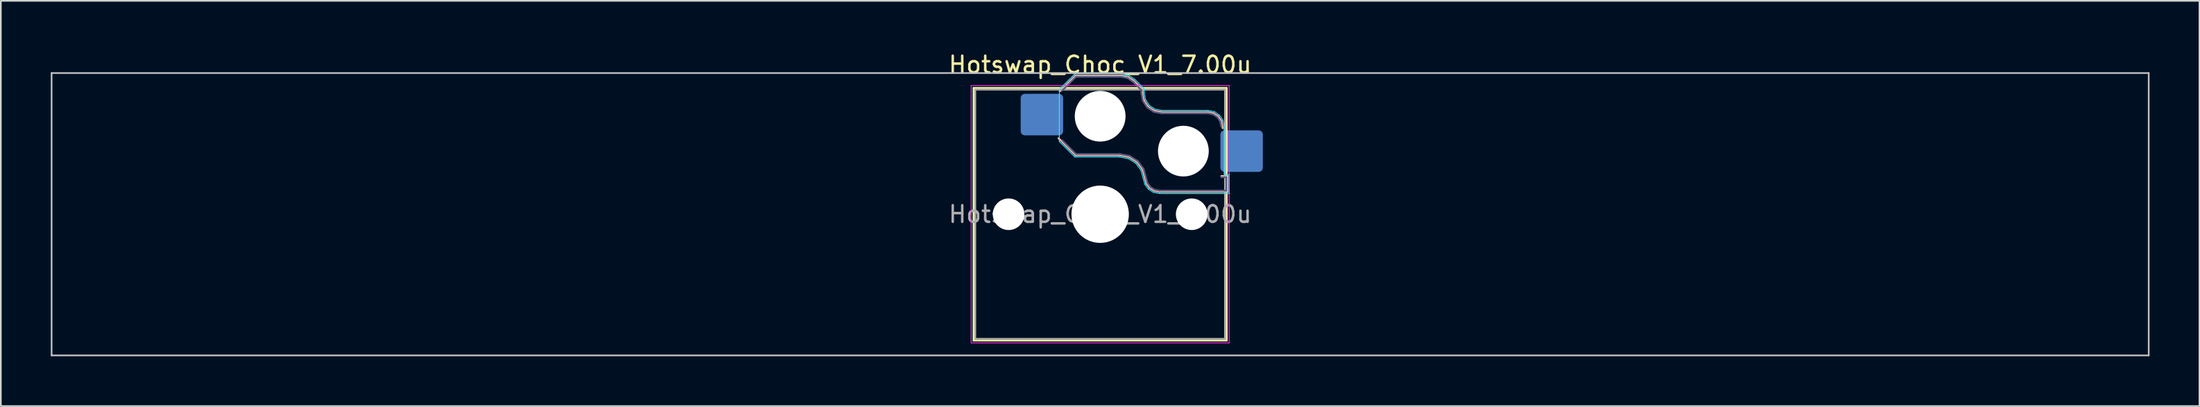
<source format=kicad_pcb>
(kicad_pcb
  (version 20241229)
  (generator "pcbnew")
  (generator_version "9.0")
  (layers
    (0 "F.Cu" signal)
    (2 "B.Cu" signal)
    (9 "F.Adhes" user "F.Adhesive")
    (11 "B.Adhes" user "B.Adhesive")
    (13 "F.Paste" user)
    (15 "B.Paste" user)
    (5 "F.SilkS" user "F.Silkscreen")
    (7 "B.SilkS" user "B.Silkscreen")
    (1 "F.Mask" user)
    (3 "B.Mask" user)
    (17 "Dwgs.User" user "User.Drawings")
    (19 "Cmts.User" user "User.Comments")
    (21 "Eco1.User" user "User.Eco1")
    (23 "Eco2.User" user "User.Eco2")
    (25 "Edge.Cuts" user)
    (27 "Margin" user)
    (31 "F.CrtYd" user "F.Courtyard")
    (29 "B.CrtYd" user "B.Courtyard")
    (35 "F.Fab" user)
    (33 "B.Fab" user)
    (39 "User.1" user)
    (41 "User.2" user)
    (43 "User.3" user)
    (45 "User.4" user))
  (footprint "Hotswap_Choc_V1_7.00u"
    (layer "F.Cu")
    (at 63.05 9.848)
    (property "Reference" "Hotswap_Choc_V1_7.00u" (at 0 -9 0) (layer "F.SilkS") (effects (font (size 1 1) (thickness 0.15))))
    (attr smd)
    (fp_line (start -7.6 -7.6) (end -7.6 7.6) (stroke (width 0.12) (type solid)) (layer "F.SilkS"))
    (fp_line (start -7.6 7.6) (end 7.6 7.6) (stroke (width 0.12) (type solid)) (layer "F.SilkS"))
    (fp_line (start 7.6 -7.6) (end -7.6 -7.6) (stroke (width 0.12) (type solid)) (layer "F.SilkS"))
    (fp_line (start 7.6 7.6) (end 7.6 -7.6) (stroke (width 0.12) (type solid)) (layer "F.SilkS"))
    (fp_line (start -2.416 -7.409) (end -1.479 -8.346) (stroke (width 0.12) (type solid)) (layer "B.SilkS"))
    (fp_line (start -1.479 -8.346) (end 1.268 -8.346) (stroke (width 0.12) (type solid)) (layer "B.SilkS"))
    (fp_line (start -1.479 -3.554) (end -2.5 -4.575) (stroke (width 0.12) (type solid)) (layer "B.SilkS"))
    (fp_line (start 1.168 -3.554) (end -1.479 -3.554) (stroke (width 0.12) (type solid)) (layer "B.SilkS"))
    (fp_line (start 1.268 -8.346) (end 1.671 -8.266) (stroke (width 0.12) (type solid)) (layer "B.SilkS"))
    (fp_line (start 1.671 -8.266) (end 2.013 -8.037) (stroke (width 0.12) (type solid)) (layer "B.SilkS"))
    (fp_line (start 1.73 -3.449) (end 1.168 -3.554) (stroke (width 0.12) (type solid)) (layer "B.SilkS"))
    (fp_line (start 2.013 -8.037) (end 2.546 -7.504) (stroke (width 0.12) (type solid)) (layer "B.SilkS"))
    (fp_line (start 2.209 -3.15) (end 1.73 -3.449) (stroke (width 0.12) (type solid)) (layer "B.SilkS"))
    (fp_line (start 2.546 -7.504) (end 2.546 -7.282) (stroke (width 0.12) (type solid)) (layer "B.SilkS"))
    (fp_line (start 2.546 -7.282) (end 2.633 -6.844) (stroke (width 0.12) (type solid)) (layer "B.SilkS"))
    (fp_line (start 2.547 -2.697) (end 2.209 -3.15) (stroke (width 0.12) (type solid)) (layer "B.SilkS"))
    (fp_line (start 2.633 -6.844) (end 2.877 -6.477) (stroke (width 0.12) (type solid)) (layer "B.SilkS"))
    (fp_line (start 2.701 -2.139) (end 2.547 -2.697) (stroke (width 0.12) (type solid)) (layer "B.SilkS"))
    (fp_line (start 2.783 -1.841) (end 2.701 -2.139) (stroke (width 0.12) (type solid)) (layer "B.SilkS"))
    (fp_line (start 2.877 -6.477) (end 3.244 -6.233) (stroke (width 0.12) (type solid)) (layer "B.SilkS"))
    (fp_line (start 2.976 -1.583) (end 2.783 -1.841) (stroke (width 0.12) (type solid)) (layer "B.SilkS"))
    (fp_line (start 3.244 -6.233) (end 3.682 -6.146) (stroke (width 0.12) (type solid)) (layer "B.SilkS"))
    (fp_line (start 3.25 -1.413) (end 2.976 -1.583) (stroke (width 0.12) (type solid)) (layer "B.SilkS"))
    (fp_line (start 3.56 -1.354) (end 3.25 -1.413) (stroke (width 0.12) (type solid)) (layer "B.SilkS"))
    (fp_line (start 3.682 -6.146) (end 6.482 -6.146) (stroke (width 0.12) (type solid)) (layer "B.SilkS"))
    (fp_line (start 6.482 -6.146) (end 6.809 -6.081) (stroke (width 0.12) (type solid)) (layer "B.SilkS"))
    (fp_line (start 6.809 -6.081) (end 7.092 -5.892) (stroke (width 0.12) (type solid)) (layer "B.SilkS"))
    (fp_line (start 7.092 -5.892) (end 7.281 -5.609) (stroke (width 0.12) (type solid)) (layer "B.SilkS"))
    (fp_line (start 7.281 -5.609) (end 7.366 -5.182) (stroke (width 0.12) (type solid)) (layer "B.SilkS"))
    (fp_line (start 7.283 -2.296) (end 7.646 -2.296) (stroke (width 0.12) (type solid)) (layer "B.SilkS"))
    (fp_line (start 7.646 -2.296) (end 7.646 -1.354) (stroke (width 0.12) (type solid)) (layer "B.SilkS"))
    (fp_line (start 7.646 -1.354) (end 3.56 -1.354) (stroke (width 0.12) (type solid)) (layer "B.SilkS"))
    (fp_line (start -63 -8.5) (end -63 8.5) (stroke (width 0.1) (type solid)) (layer "Dwgs.User"))
    (fp_line (start -63 8.5) (end 63 8.5) (stroke (width 0.1) (type solid)) (layer "Dwgs.User"))
    (fp_line (start 63 -8.5) (end -63 -8.5) (stroke (width 0.1) (type solid)) (layer "Dwgs.User"))
    (fp_line (start 63 8.5) (end 63 -8.5) (stroke (width 0.1) (type solid)) (layer "Dwgs.User"))
    (fp_line (start -7.25 -7.25) (end -7.25 7.25) (stroke (width 0.1) (type solid)) (layer "Eco1.User"))
    (fp_line (start -7.25 7.25) (end 7.25 7.25) (stroke (width 0.1) (type solid)) (layer "Eco1.User"))
    (fp_line (start 7.25 -7.25) (end -7.25 -7.25) (stroke (width 0.1) (type solid)) (layer "Eco1.User"))
    (fp_line (start 7.25 7.25) (end 7.25 -7.25) (stroke (width 0.1) (type solid)) (layer "Eco1.User"))
    (fp_line (start -2.452 -7.523) (end -1.523 -8.452) (stroke (width 0.05) (type solid)) (layer "B.CrtYd"))
    (fp_line (start -2.452 -4.377) (end -2.452 -7.523) (stroke (width 0.05) (type solid)) (layer "B.CrtYd"))
    (fp_line (start -1.523 -8.452) (end 1.278 -8.452) (stroke (width 0.05) (type solid)) (layer "B.CrtYd"))
    (fp_line (start -1.523 -3.448) (end -2.452 -4.377) (stroke (width 0.05) (type solid)) (layer "B.CrtYd"))
    (fp_line (start 1.159 -3.448) (end -1.523 -3.448) (stroke (width 0.05) (type solid)) (layer "B.CrtYd"))
    (fp_line (start 1.278 -8.452) (end 1.712 -8.366) (stroke (width 0.05) (type solid)) (layer "B.CrtYd"))
    (fp_line (start 1.691 -3.348) (end 1.159 -3.448) (stroke (width 0.05) (type solid)) (layer "B.CrtYd"))
    (fp_line (start 1.712 -8.366) (end 2.081 -8.119) (stroke (width 0.05) (type solid)) (layer "B.CrtYd"))
    (fp_line (start 2.081 -8.119) (end 2.652 -7.548) (stroke (width 0.05) (type solid)) (layer "B.CrtYd"))
    (fp_line (start 2.136 -3.071) (end 1.691 -3.348) (stroke (width 0.05) (type solid)) (layer "B.CrtYd"))
    (fp_line (start 2.45 -2.65) (end 2.136 -3.071) (stroke (width 0.05) (type solid)) (layer "B.CrtYd"))
    (fp_line (start 2.599 -2.111) (end 2.45 -2.65) (stroke (width 0.05) (type solid)) (layer "B.CrtYd"))
    (fp_line (start 2.652 -7.548) (end 2.652 -7.292) (stroke (width 0.05) (type solid)) (layer "B.CrtYd"))
    (fp_line (start 2.652 -7.292) (end 2.733 -6.885) (stroke (width 0.05) (type solid)) (layer "B.CrtYd"))
    (fp_line (start 2.687 -1.794) (end 2.599 -2.111) (stroke (width 0.05) (type solid)) (layer "B.CrtYd"))
    (fp_line (start 2.733 -6.885) (end 2.953 -6.553) (stroke (width 0.05) (type solid)) (layer "B.CrtYd"))
    (fp_line (start 2.903 -1.503) (end 2.687 -1.794) (stroke (width 0.05) (type solid)) (layer "B.CrtYd"))
    (fp_line (start 2.953 -6.553) (end 3.285 -6.333) (stroke (width 0.05) (type solid)) (layer "B.CrtYd"))
    (fp_line (start 3.211 -1.312) (end 2.903 -1.503) (stroke (width 0.05) (type solid)) (layer "B.CrtYd"))
    (fp_line (start 3.285 -6.333) (end 3.692 -6.252) (stroke (width 0.05) (type solid)) (layer "B.CrtYd"))
    (fp_line (start 3.55 -1.248) (end 3.211 -1.312) (stroke (width 0.05) (type solid)) (layer "B.CrtYd"))
    (fp_line (start 3.692 -6.252) (end 6.492 -6.252) (stroke (width 0.05) (type solid)) (layer "B.CrtYd"))
    (fp_line (start 6.492 -6.252) (end 6.85 -6.181) (stroke (width 0.05) (type solid)) (layer "B.CrtYd"))
    (fp_line (start 6.85 -6.181) (end 7.168 -5.968) (stroke (width 0.05) (type solid)) (layer "B.CrtYd"))
    (fp_line (start 7.168 -5.968) (end 7.381 -5.65) (stroke (width 0.05) (type solid)) (layer "B.CrtYd"))
    (fp_line (start 7.381 -5.65) (end 7.452 -5.292) (stroke (width 0.05) (type solid)) (layer "B.CrtYd"))
    (fp_line (start 7.452 -5.292) (end 7.452 -2.402) (stroke (width 0.05) (type solid)) (layer "B.CrtYd"))
    (fp_line (start 7.452 -2.402) (end 7.752 -2.402) (stroke (width 0.05) (type solid)) (layer "B.CrtYd"))
    (fp_line (start 7.752 -2.402) (end 7.752 -1.248) (stroke (width 0.05) (type solid)) (layer "B.CrtYd"))
    (fp_line (start 7.752 -1.248) (end 3.55 -1.248) (stroke (width 0.05) (type solid)) (layer "B.CrtYd"))
    (fp_line (start -7.75 -7.75) (end -7.75 7.75) (stroke (width 0.05) (type solid)) (layer "F.CrtYd"))
    (fp_line (start -7.75 7.75) (end 7.75 7.75) (stroke (width 0.05) (type solid)) (layer "F.CrtYd"))
    (fp_line (start 7.75 -7.75) (end -7.75 -7.75) (stroke (width 0.05) (type solid)) (layer "F.CrtYd"))
    (fp_line (start 7.75 7.75) (end 7.75 -7.75) (stroke (width 0.05) (type solid)) (layer "F.CrtYd"))
    (fp_line (start -2.275 -7.45) (end -1.45 -8.275) (stroke (width 0.1) (type solid)) (layer "B.Fab"))
    (fp_line (start -1.45 -8.275) (end 1.261 -8.275) (stroke (width 0.1) (type solid)) (layer "B.Fab"))
    (fp_line (start -1.45 -3.625) (end -2.275 -4.45) (stroke (width 0.1) (type solid)) (layer "B.Fab"))
    (fp_line (start 1.175 -3.625) (end -1.45 -3.625) (stroke (width 0.1) (type solid)) (layer "B.Fab"))
    (fp_line (start 1.261 -8.275) (end 1.643 -8.199) (stroke (width 0.1) (type solid)) (layer "B.Fab"))
    (fp_line (start 1.643 -8.199) (end 1.968 -7.982) (stroke (width 0.1) (type solid)) (layer "B.Fab"))
    (fp_line (start 1.756 -3.516) (end 1.175 -3.625) (stroke (width 0.1) (type solid)) (layer "B.Fab"))
    (fp_line (start 1.968 -7.982) (end 2.475 -7.475) (stroke (width 0.1) (type solid)) (layer "B.Fab"))
    (fp_line (start 2.258 -3.203) (end 1.756 -3.516) (stroke (width 0.1) (type solid)) (layer "B.Fab"))
    (fp_line (start 2.475 -7.475) (end 2.475 -7.275) (stroke (width 0.1) (type solid)) (layer "B.Fab"))
    (fp_line (start 2.475 -7.275) (end 2.566 -6.816) (stroke (width 0.1) (type solid)) (layer "B.Fab"))
    (fp_line (start 2.566 -6.816) (end 2.826 -6.426) (stroke (width 0.1) (type solid)) (layer "B.Fab"))
    (fp_line (start 2.612 -2.729) (end 2.258 -3.203) (stroke (width 0.1) (type solid)) (layer "B.Fab"))
    (fp_line (start 2.769 -2.158) (end 2.612 -2.729) (stroke (width 0.1) (type solid)) (layer "B.Fab"))
    (fp_line (start 2.826 -6.426) (end 3.216 -6.166) (stroke (width 0.1) (type solid)) (layer "B.Fab"))
    (fp_line (start 2.848 -1.873) (end 2.769 -2.158) (stroke (width 0.1) (type solid)) (layer "B.Fab"))
    (fp_line (start 3.025 -1.636) (end 2.848 -1.873) (stroke (width 0.1) (type solid)) (layer "B.Fab"))
    (fp_line (start 3.216 -6.166) (end 3.675 -6.075) (stroke (width 0.1) (type solid)) (layer "B.Fab"))
    (fp_line (start 3.276 -1.48) (end 3.025 -1.636) (stroke (width 0.1) (type solid)) (layer "B.Fab"))
    (fp_line (start 3.567 -1.425) (end 3.276 -1.48) (stroke (width 0.1) (type solid)) (layer "B.Fab"))
    (fp_line (start 3.675 -6.075) (end 6.475 -6.075) (stroke (width 0.1) (type solid)) (layer "B.Fab"))
    (fp_line (start 6.475 -6.075) (end 6.781 -6.014) (stroke (width 0.1) (type solid)) (layer "B.Fab"))
    (fp_line (start 6.781 -6.014) (end 7.041 -5.841) (stroke (width 0.1) (type solid)) (layer "B.Fab"))
    (fp_line (start 7.041 -5.841) (end 7.214 -5.581) (stroke (width 0.1) (type solid)) (layer "B.Fab"))
    (fp_line (start 7.214 -5.581) (end 7.275 -5.275) (stroke (width 0.1) (type solid)) (layer "B.Fab"))
    (fp_line (start 7.275 -2.225) (end 7.575 -2.225) (stroke (width 0.1) (type solid)) (layer "B.Fab"))
    (fp_line (start 7.575 -2.225) (end 7.575 -1.425) (stroke (width 0.1) (type solid)) (layer "B.Fab"))
    (fp_line (start 7.575 -1.425) (end 3.567 -1.425) (stroke (width 0.1) (type solid)) (layer "B.Fab"))
    (fp_line (start -7.5 -7.5) (end -7.5 7.5) (stroke (width 0.1) (type solid)) (layer "F.Fab"))
    (fp_line (start -7.5 7.5) (end 7.5 7.5) (stroke (width 0.1) (type solid)) (layer "F.Fab"))
    (fp_line (start 7.5 -7.5) (end -7.5 -7.5) (stroke (width 0.1) (type solid)) (layer "F.Fab"))
    (fp_line (start 7.5 7.5) (end 7.5 -7.5) (stroke (width 0.1) (type solid)) (layer "F.Fab"))
    (fp_text user "${REFERENCE}" (at 0 0 0) (layer "F.Fab") (effects (font (size 1 1) (thickness 0.15))))
    (pad "" np_thru_hole circle (at -5.5 0) (size 1.9 1.9) (drill 1.9) (layers "*.Cu" "*.Mask"))
    (pad "" np_thru_hole circle (at 0 -5.9) (size 3.05 3.05) (drill 3.05) (layers "*.Cu" "*.Mask"))
    (pad "" np_thru_hole circle (at 0 0) (size 3.45 3.45) (drill 3.45) (layers "*.Cu" "*.Mask"))
    (pad "" np_thru_hole circle (at 5 -3.8) (size 3.05 3.05) (drill 3.05) (layers "*.Cu" "*.Mask"))
    (pad "" np_thru_hole circle (at 5.5 0) (size 1.9 1.9) (drill 1.9) (layers "*.Cu" "*.Mask"))
    (pad "1" smd roundrect (at -3.5 -6) (size 2.55 2.5) (layers "B.Cu" "B.Mask" "B.Paste") (roundrect_rratio 0.1))
    (pad "2" smd roundrect (at 8.5 -3.8) (size 2.55 2.5) (layers "B.Cu" "B.Mask" "B.Paste") (roundrect_rratio 0.1)))
  (gr_rect
    (start -3 -3)
    (end 129.1 21.398)
    (stroke (width 0.1) (type default))
    (fill no)
    (layer "Edge.Cuts")))
</source>
